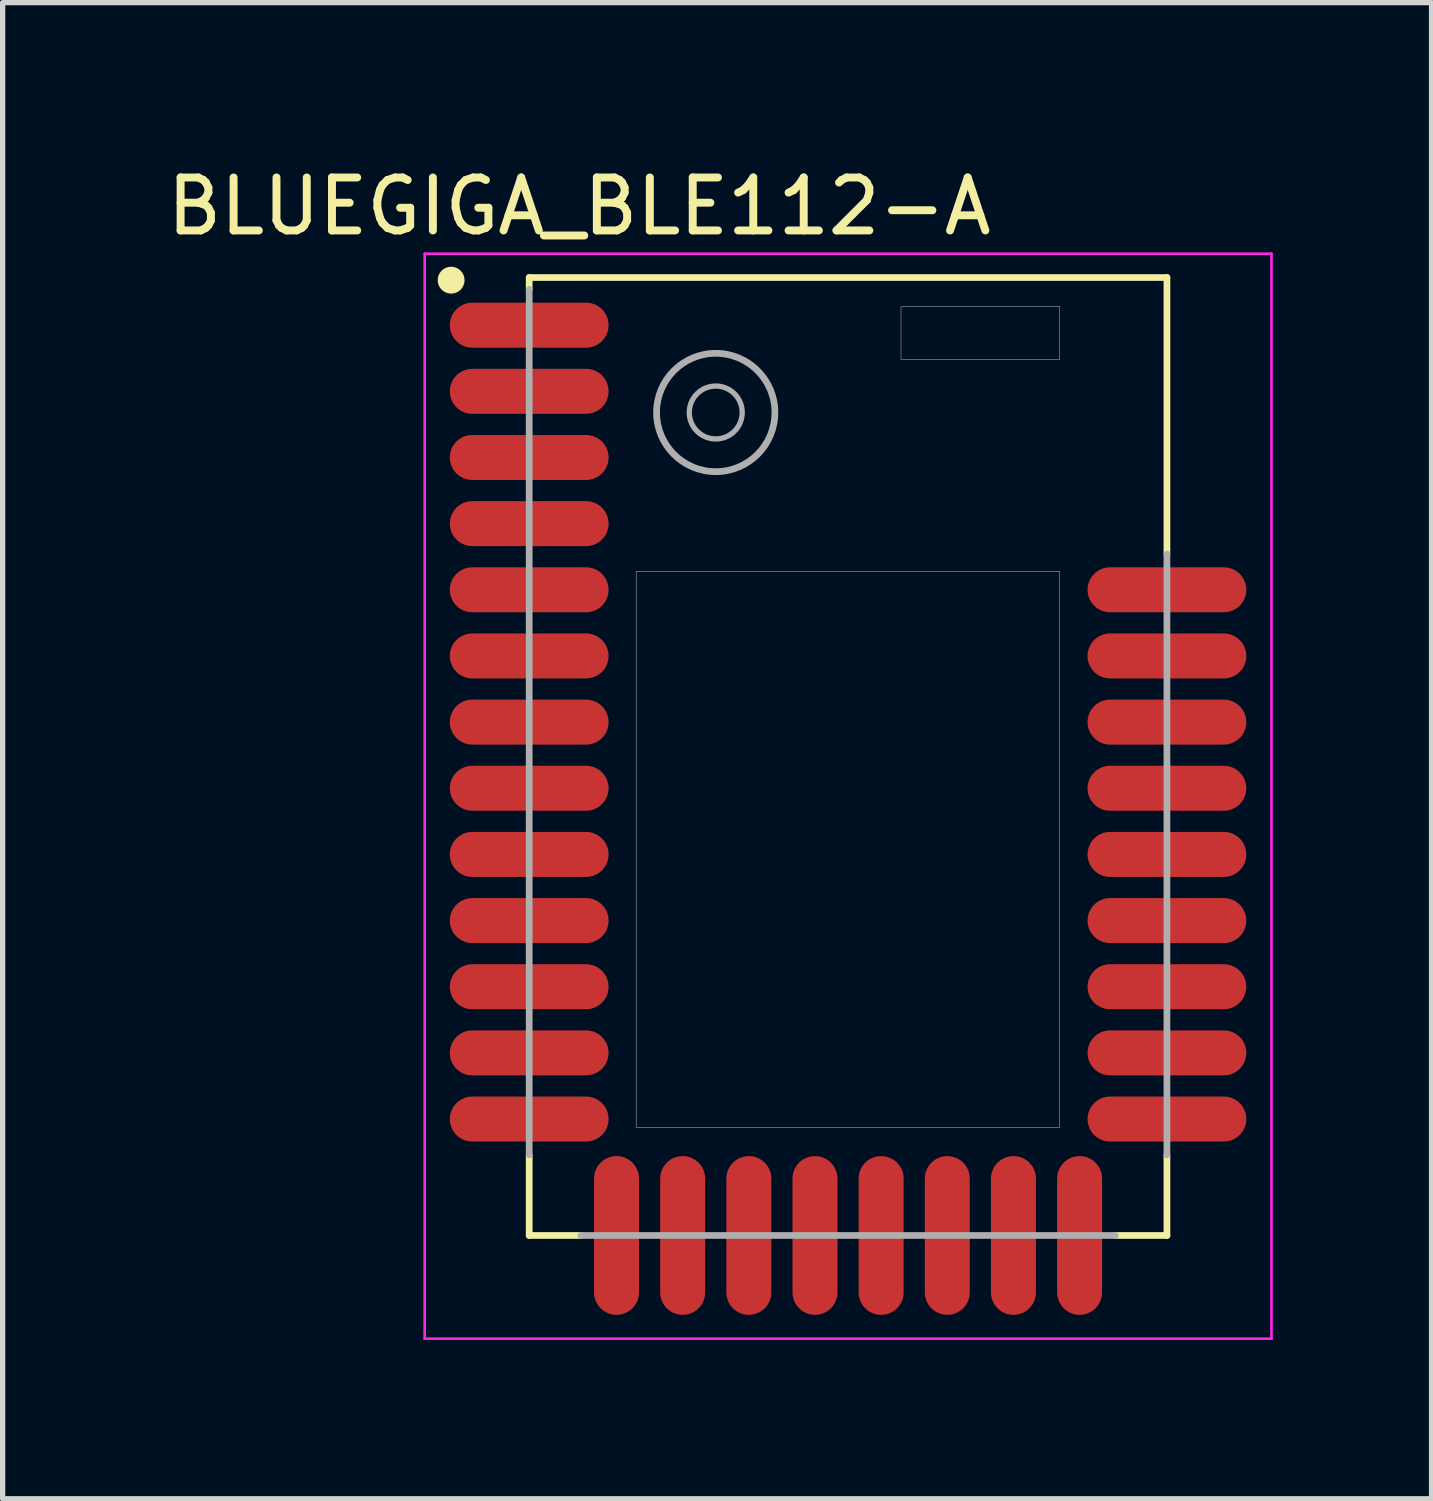
<source format=kicad_pcb>
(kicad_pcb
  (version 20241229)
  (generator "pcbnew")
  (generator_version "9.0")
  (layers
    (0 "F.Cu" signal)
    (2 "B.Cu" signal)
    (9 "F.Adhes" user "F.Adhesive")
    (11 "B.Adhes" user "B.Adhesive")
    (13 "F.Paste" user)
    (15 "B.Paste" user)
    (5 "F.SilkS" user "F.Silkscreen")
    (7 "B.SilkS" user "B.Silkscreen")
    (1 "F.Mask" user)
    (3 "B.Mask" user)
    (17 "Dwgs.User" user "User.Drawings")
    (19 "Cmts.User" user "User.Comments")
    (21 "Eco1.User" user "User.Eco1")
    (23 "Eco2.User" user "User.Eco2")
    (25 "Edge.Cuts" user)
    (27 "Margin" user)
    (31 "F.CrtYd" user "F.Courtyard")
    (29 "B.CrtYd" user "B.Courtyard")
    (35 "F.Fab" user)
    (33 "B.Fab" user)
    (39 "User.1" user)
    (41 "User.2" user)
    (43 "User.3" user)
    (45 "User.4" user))
  (footprint "BLUEGIGA_BLE112-A"
    (layer "F.Cu")
    (at 12.974 11.244)
    (property "Reference" "BLUEGIGA_BLE112-A" (at -5.08 -10.395 0) (layer "F.SilkS") (effects (font (size 1.001 1.001) (thickness 0.15))))
    (attr smd)
    (fp_line (start -6.025 -9.05) (end -6.025 -8.825) (stroke (width 0.127) (type solid)) (layer "F.SilkS"))
    (fp_line (start -6.025 -9.05) (end 6.025 -9.05) (stroke (width 0.127) (type solid)) (layer "F.SilkS"))
    (fp_line (start -6.025 7.525) (end -6.025 9.05) (stroke (width 0.127) (type solid)) (layer "F.SilkS"))
    (fp_line (start -6.025 9.05) (end -5.05 9.05) (stroke (width 0.127) (type solid)) (layer "F.SilkS"))
    (fp_line (start 5.05 9.05) (end 6.025 9.05) (stroke (width 0.127) (type solid)) (layer "F.SilkS"))
    (fp_line (start 6.025 -9.05) (end 6.025 -3.825) (stroke (width 0.127) (type solid)) (layer "F.SilkS"))
    (fp_line (start 6.025 9.05) (end 6.025 7.525) (stroke (width 0.127) (type solid)) (layer "F.SilkS"))
    (fp_circle (center -7.5 -9) (end -7.246 -9) (stroke (width 0) (type solid)) (fill yes) (layer "F.SilkS"))
    (fp_line (start -8 -9.5) (end -8 11) (stroke (width 0.05) (type solid)) (layer "F.CrtYd"))
    (fp_line (start -8 11) (end 8 11) (stroke (width 0.05) (type solid)) (layer "F.CrtYd"))
    (fp_line (start 8 -9.5) (end -8 -9.5) (stroke (width 0.05) (type solid)) (layer "F.CrtYd"))
    (fp_line (start 8 11) (end 8 -9.5) (stroke (width 0.05) (type solid)) (layer "F.CrtYd"))
    (fp_line (start -6.025 -8.825) (end -6.025 7.525) (stroke (width 0.127) (type solid)) (layer "F.Fab"))
    (fp_line (start -5.05 9.05) (end 5.05 9.05) (stroke (width 0.127) (type solid)) (layer "F.Fab"))
    (fp_line (start 6.025 7.525) (end 6.025 -3.825) (stroke (width 0.127) (type solid)) (layer "F.Fab"))
    (fp_circle (center -2.5 -6.5) (end -2 -6.5) (stroke (width 0.1) (type solid)) (fill no) (layer "F.Fab"))
    (fp_circle (center -2.5 -6.5) (end -1.382 -6.5) (stroke (width 0.127) (type solid)) (fill no) (layer "F.Fab"))
    (fp_poly (pts (xy -4.003 -3.5) (xy 4 -3.5) (xy 4 7.006) (xy -4.003 7.006)) (stroke (width 0.01) (type solid)) (fill no) (layer "F.Fab"))
    (fp_poly (pts (xy 1 -8.5) (xy 4 -8.5) (xy 4 -7.501) (xy 1 -7.501)) (stroke (width 0.01) (type solid)) (fill no) (layer "F.Fab"))
    (pad "1" smd oval (at -6.025 -8.15) (size 3 0.85) (layers "F.Cu" "F.Mask" "F.Paste"))
    (pad "2" smd oval (at -6.025 -6.9) (size 3 0.85) (layers "F.Cu" "F.Mask" "F.Paste"))
    (pad "3" smd oval (at -6.025 -5.65) (size 3 0.85) (layers "F.Cu" "F.Mask" "F.Paste"))
    (pad "4" smd oval (at -6.025 -4.4) (size 3 0.85) (layers "F.Cu" "F.Mask" "F.Paste"))
    (pad "5" smd oval (at -6.025 -3.15) (size 3 0.85) (layers "F.Cu" "F.Mask" "F.Paste"))
    (pad "6" smd oval (at -6.025 -1.9) (size 3 0.85) (layers "F.Cu" "F.Mask" "F.Paste"))
    (pad "7" smd oval (at -6.025 -0.65) (size 3 0.85) (layers "F.Cu" "F.Mask" "F.Paste"))
    (pad "8" smd oval (at -6.025 0.6) (size 3 0.85) (layers "F.Cu" "F.Mask" "F.Paste"))
    (pad "9" smd oval (at -6.025 1.85) (size 3 0.85) (layers "F.Cu" "F.Mask" "F.Paste"))
    (pad "10" smd oval (at -6.025 3.1) (size 3 0.85) (layers "F.Cu" "F.Mask" "F.Paste"))
    (pad "11" smd oval (at -6.025 4.35) (size 3 0.85) (layers "F.Cu" "F.Mask" "F.Paste"))
    (pad "12" smd oval (at -6.025 5.6) (size 3 0.85) (layers "F.Cu" "F.Mask" "F.Paste"))
    (pad "13" smd oval (at -6.025 6.85) (size 3 0.85) (layers "F.Cu" "F.Mask" "F.Paste"))
    (pad "14" smd oval (at -4.375 9.05 90) (size 3 0.85) (layers "F.Cu" "F.Mask" "F.Paste"))
    (pad "15" smd oval (at -3.125 9.05 90) (size 3 0.85) (layers "F.Cu" "F.Mask" "F.Paste"))
    (pad "16" smd oval (at -1.875 9.05 90) (size 3 0.85) (layers "F.Cu" "F.Mask" "F.Paste"))
    (pad "17" smd oval (at -0.625 9.05 90) (size 3 0.85) (layers "F.Cu" "F.Mask" "F.Paste"))
    (pad "18" smd oval (at 0.625 9.05 90) (size 3 0.85) (layers "F.Cu" "F.Mask" "F.Paste"))
    (pad "19" smd oval (at 1.875 9.05 90) (size 3 0.85) (layers "F.Cu" "F.Mask" "F.Paste"))
    (pad "20" smd oval (at 3.125 9.05 90) (size 3 0.85) (layers "F.Cu" "F.Mask" "F.Paste"))
    (pad "21" smd oval (at 4.375 9.05 90) (size 3 0.85) (layers "F.Cu" "F.Mask" "F.Paste"))
    (pad "22" smd oval (at 6.025 6.85 180) (size 3 0.85) (layers "F.Cu" "F.Mask" "F.Paste"))
    (pad "23" smd oval (at 6.025 5.6 180) (size 3 0.85) (layers "F.Cu" "F.Mask" "F.Paste"))
    (pad "24" smd oval (at 6.025 4.35 180) (size 3 0.85) (layers "F.Cu" "F.Mask" "F.Paste"))
    (pad "25" smd oval (at 6.025 3.1 180) (size 3 0.85) (layers "F.Cu" "F.Mask" "F.Paste"))
    (pad "26" smd oval (at 6.025 1.85 180) (size 3 0.85) (layers "F.Cu" "F.Mask" "F.Paste"))
    (pad "27" smd oval (at 6.025 0.6 180) (size 3 0.85) (layers "F.Cu" "F.Mask" "F.Paste"))
    (pad "28" smd oval (at 6.025 -0.65 180) (size 3 0.85) (layers "F.Cu" "F.Mask" "F.Paste"))
    (pad "29" smd oval (at 6.025 -1.9 180) (size 3 0.85) (layers "F.Cu" "F.Mask" "F.Paste"))
    (pad "30" smd oval (at 6.025 -3.15 180) (size 3 0.85) (layers "F.Cu" "F.Mask" "F.Paste"))
    (zone (net_name "") (layer "F.Cu") (hatch full 0.5) (connect_pads) (min_thickness 0.25) (filled_areas_thickness no) (keepout (tracks not_allowed) (vias not_allowed) (pads not_allowed) (copperpour not_allowed) (footprints allowed)) (placement (enabled no)) (fill) (polygon (pts (xy 18.999 2.194) (xy 13.224 2.194) (xy 13.224 7.494) (xy 18.999 7.494)))))
  (gr_rect
    (start -3 -3)
    (end 23.999 25.269)
    (stroke (width 0.1) (type default))
    (fill no)
    (layer "Edge.Cuts")))
</source>
